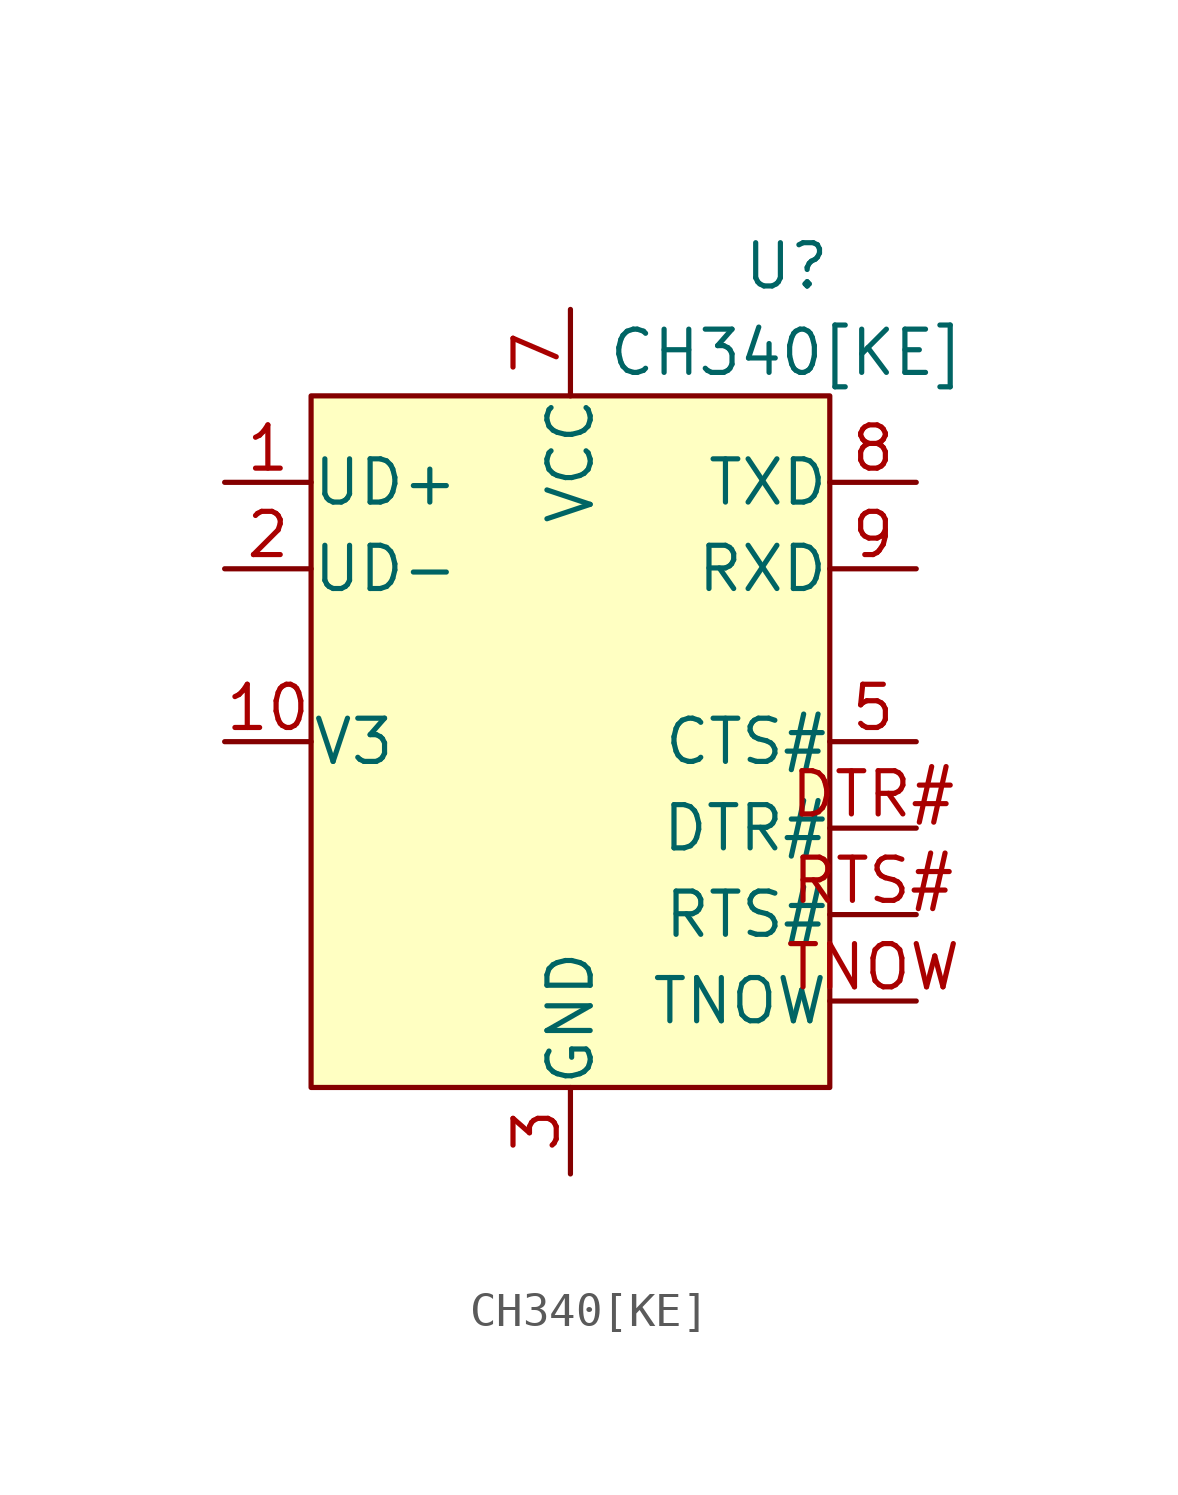
<source format=kicad_sym>
(kicad_symbol_lib
  (version 20241209)
  (generator "kicad_symbol_editor")
  (generator_version "9.0")
  (symbol "CH340[KE]"
    (pin_names
      (offset 0.002))
    (property "Reference" "U"
      (at 6.35 8.89 0)
      (effects (font (size 1.27 1.27))))
    (property "Value" "CH340[KE]"
      (at 6.35 6.35 0)
      (effects (font (size 1.27 1.27))))
    (symbol "CH340[KE]_1_1"
      (rectangle (start -7.62 5.08) (end 7.62 -15.24) (stroke (width 0) (type default)) (fill (type background)))
      (pin bidirectional line (at -10.16 2.54 0) (length 2.54) (name "UD+" (effects (font (size 1.27 1.27)))) (number "1" (effects (font (size 1.27 1.27)))))
      (pin bidirectional line (at -10.16 0 0) (length 2.54) (name "UD-" (effects (font (size 1.27 1.27)))) (number "2" (effects (font (size 1.27 1.27)))))
      (pin power_out line (at -10.16 -5.08 0) (length 2.54) (name "V3" (effects (font (size 1.27 1.27)))) (number "10" (effects (font (size 1.27 1.27)))))
      (pin power_in line (at 0 7.62 270) (length 2.54) (name "VCC" (effects (font (size 1.27 1.27)))) (number "7" (effects (font (size 1.27 1.27)))))
      (pin power_in line (at 0 -17.78 90) (length 2.54) (name "GND" (effects (font (size 1.27 1.27)))) (number "3" (effects (font (size 1.27 1.27)))))
      (pin output line (at 10.16 2.54 180) (length 2.54) (name "TXD" (effects (font (size 1.27 1.27)))) (number "8" (effects (font (size 1.27 1.27)))))
      (pin input line (at 10.16 0 180) (length 2.54) (name "RXD" (effects (font (size 1.27 1.27)))) (number "9" (effects (font (size 1.27 1.27)))))
      (pin input line (at 10.16 -5.08 180) (length 2.54) (name "CTS#" (effects (font (size 1.27 1.27)))) (number "5" (effects (font (size 1.27 1.27)))))
      (pin output line (at 10.16 -7.62 180) (length 2.54) (name "DTR#" (effects (font (size 1.27 1.27)))) (number "DTR#" (effects (font (size 1.27 1.27)))))
      (pin output line (at 10.16 -10.16 180) (length 2.54) (name "RTS#" (effects (font (size 1.27 1.27)))) (number "RTS#" (effects (font (size 1.27 1.27)))))
      (pin output line (at 10.16 -12.7 180) (length 2.54) (name "TNOW" (effects (font (size 1.27 1.27)))) (number "TNOW" (effects (font (size 1.27 1.27))))))))
</source>
